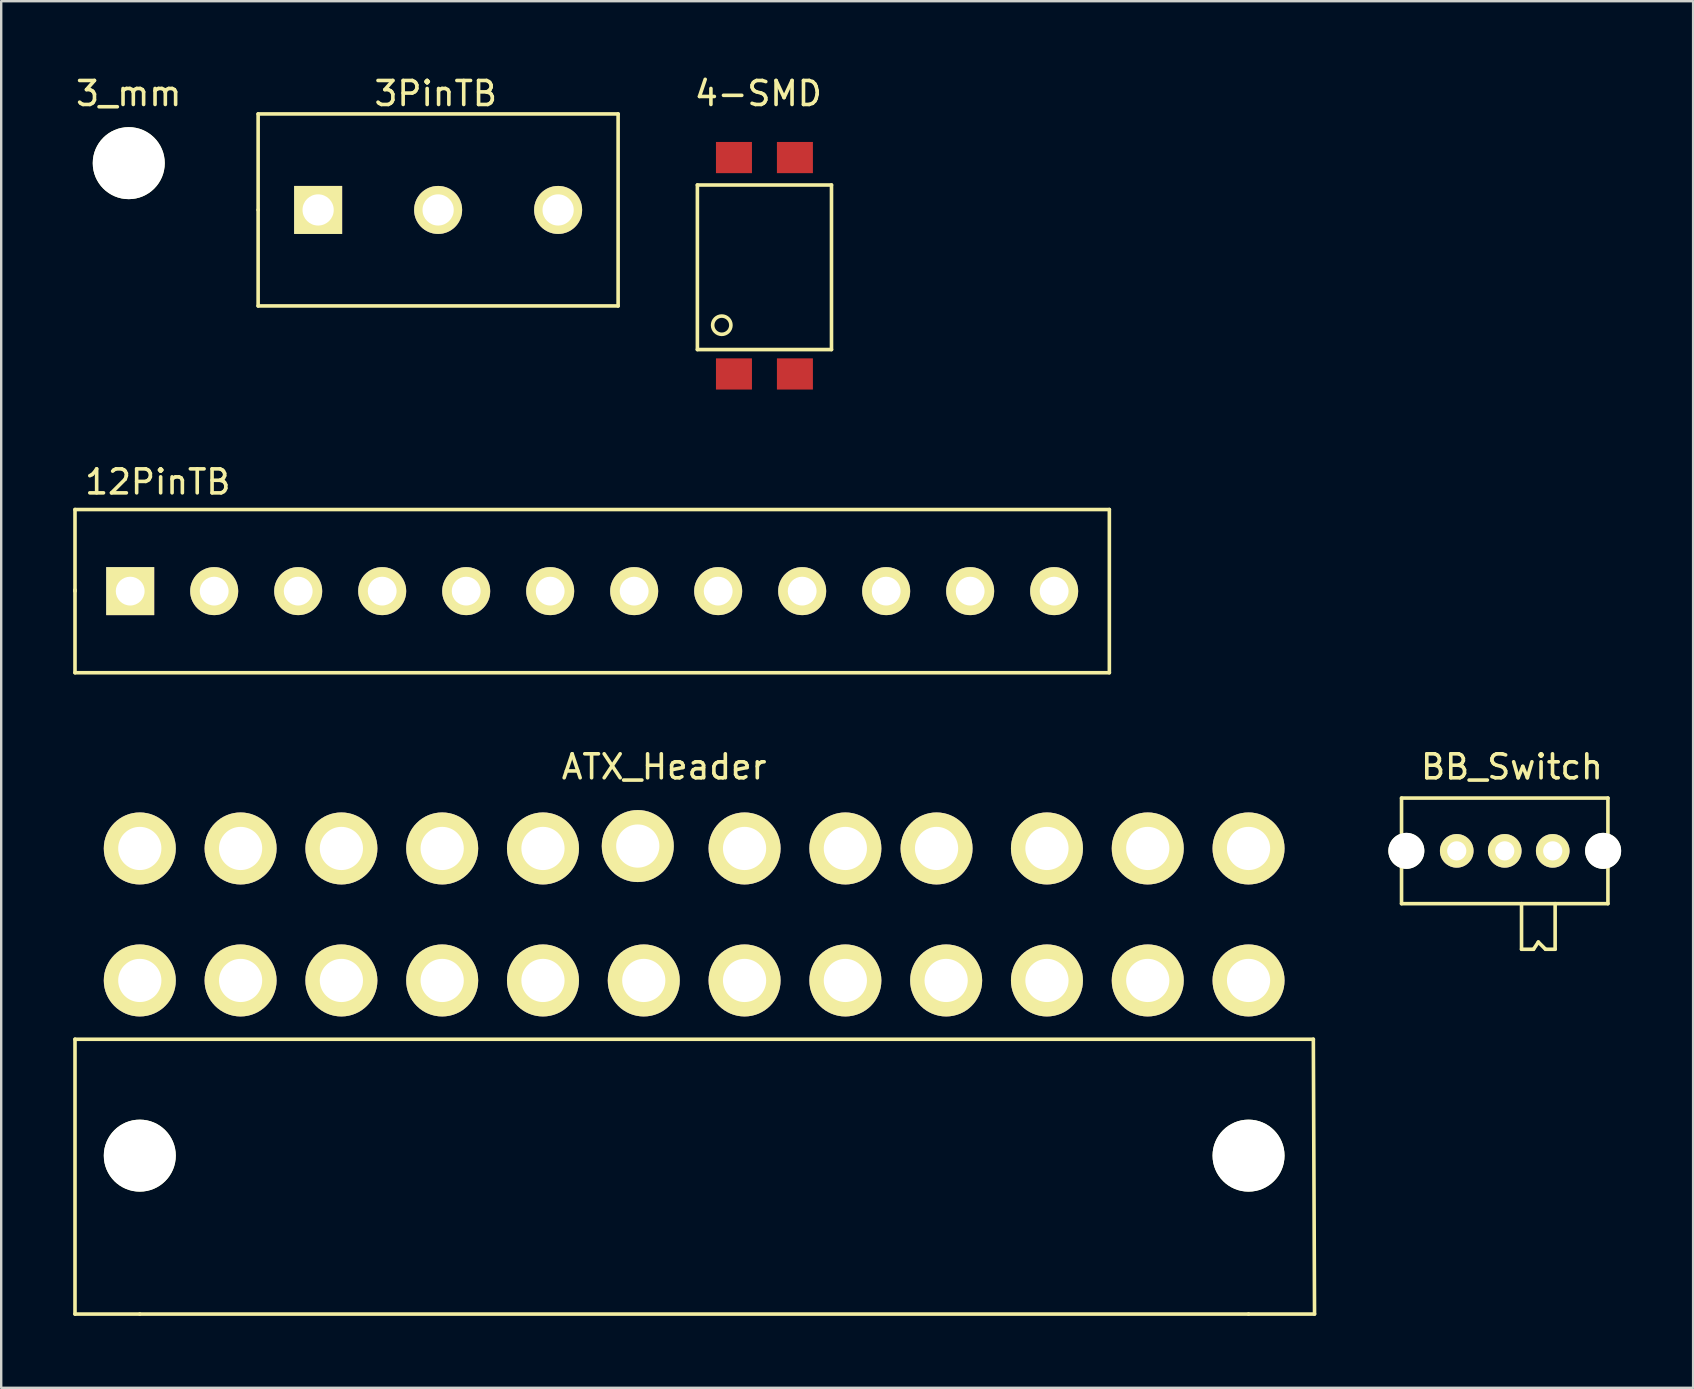
<source format=kicad_pcb>
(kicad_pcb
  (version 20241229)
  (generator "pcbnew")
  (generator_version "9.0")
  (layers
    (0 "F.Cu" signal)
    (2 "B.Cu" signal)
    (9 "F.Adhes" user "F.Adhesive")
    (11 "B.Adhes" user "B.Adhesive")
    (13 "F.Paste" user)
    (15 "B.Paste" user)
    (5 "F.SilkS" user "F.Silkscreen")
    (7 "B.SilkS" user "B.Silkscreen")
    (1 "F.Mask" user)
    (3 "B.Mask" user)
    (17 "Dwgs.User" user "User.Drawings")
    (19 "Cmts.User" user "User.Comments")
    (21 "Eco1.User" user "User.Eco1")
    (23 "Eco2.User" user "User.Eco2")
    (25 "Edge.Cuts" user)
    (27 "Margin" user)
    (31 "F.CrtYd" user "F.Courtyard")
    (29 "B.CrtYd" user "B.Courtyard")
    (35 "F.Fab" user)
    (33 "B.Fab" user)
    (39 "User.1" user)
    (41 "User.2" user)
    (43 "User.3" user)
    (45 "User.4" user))
  (footprint "4-SMD"
    (layer "F.Cu")
    (at 27.533 12.532)
    (property "Reference" "4-SMD" (at 1.016 -11.684 0) (layer "F.SilkS") (effects (font (size 1 1) (thickness 0.15))))
    (attr through_hole)
    (fp_line (start -1.524 -7.874) (end -1.524 -1.016) (stroke (width 0.15) (type solid)) (layer "F.SilkS"))
    (fp_line (start -1.524 -1.016) (end 4.064 -1.016) (stroke (width 0.15) (type solid)) (layer "F.SilkS"))
    (fp_line (start 4.064 -7.874) (end -1.524 -7.874) (stroke (width 0.15) (type solid)) (layer "F.SilkS"))
    (fp_line (start 4.064 -1.016) (end 4.064 -7.874) (stroke (width 0.15) (type solid)) (layer "F.SilkS"))
    (fp_circle (center -0.508 -2.032) (end -0.127 -2.032) (stroke (width 0.15) (type solid)) (fill no) (layer "F.SilkS"))
    (pad "1" smd rect (at 0 0) (size 1.5 1.3) (layers "F.Cu" "F.Mask" "F.Paste"))
    (pad "2" smd rect (at 2.54 0) (size 1.5 1.3) (layers "F.Cu" "F.Mask" "F.Paste"))
    (pad "3" smd rect (at 2.54 -9.017) (size 1.5 1.3) (layers "F.Cu" "F.Mask" "F.Paste"))
    (pad "4" smd rect (at 0 -9.017) (size 1.5 1.3) (layers "F.Cu" "F.Mask" "F.Paste")))
  (footprint "3_mm"
    (layer "F.Cu")
    (at 2.315 3.748)
    (property "Reference" "3_mm" (at 0 -2.9 0) (layer "F.SilkS") (effects (font (size 1 1) (thickness 0.15))))
    (attr through_hole)
    (pad "" np_thru_hole circle (at 0 0) (size 3 3) (drill 3) (layers "*.Cu" "*.Mask" "F.SilkS")))
  (footprint "ATX_Header"
    (layer "F.Cu")
    (at 2.775 45.104)
    (property "Reference" "ATX_Header" (at 21.85 -16.2 0) (layer "F.SilkS") (effects (font (size 1 1) (thickness 0.15))))
    (attr through_hole)
    (fp_line (start -2.7 -4.85) (end 48.9 -4.85) (stroke (width 0.15) (type solid)) (layer "F.SilkS"))
    (fp_line (start -2.7 6.6) (end -2.7 -4.85) (stroke (width 0.15) (type solid)) (layer "F.SilkS"))
    (fp_line (start 0 6.6) (end -2.7 6.6) (stroke (width 0.15) (type solid)) (layer "F.SilkS"))
    (fp_line (start 46.2 6.6) (end 0 6.6) (stroke (width 0.15) (type solid)) (layer "F.SilkS"))
    (fp_line (start 48.9 -4.85) (end 48.95 6.6) (stroke (width 0.15) (type solid)) (layer "F.SilkS"))
    (fp_line (start 48.95 6.6) (end 46.2 6.6) (stroke (width 0.15) (type solid)) (layer "F.SilkS"))
    (pad "" np_thru_hole circle (at 0 0) (size 3 3) (drill 3) (layers "*.Cu" "*.Mask" "F.SilkS"))
    (pad "" np_thru_hole circle (at 46.2 0) (size 3 3) (drill 3) (layers "*.Cu" "*.Mask" "F.SilkS"))
    (pad "1" thru_hole circle (at 46.2 -7.3) (size 3 3) (drill 1.8) (layers "*.Cu" "*.Mask" "F.SilkS"))
    (pad "2" thru_hole circle (at 42 -7.3) (size 3 3) (drill 1.8) (layers "*.Cu" "*.Mask" "F.SilkS"))
    (pad "3" thru_hole circle (at 37.8 -7.3) (size 3 3) (drill 1.8) (layers "*.Cu" "*.Mask" "F.SilkS"))
    (pad "4" thru_hole circle (at 33.6 -7.3) (size 3 3) (drill 1.8) (layers "*.Cu" "*.Mask" "F.SilkS"))
    (pad "5" thru_hole circle (at 29.4 -7.3) (size 3 3) (drill 1.8) (layers "*.Cu" "*.Mask" "F.SilkS"))
    (pad "6" thru_hole circle (at 25.2 -7.3) (size 3 3) (drill 1.8) (layers "*.Cu" "*.Mask" "F.SilkS"))
    (pad "7" thru_hole circle (at 21 -7.3) (size 3 3) (drill 1.8) (layers "*.Cu" "*.Mask" "F.SilkS"))
    (pad "8" thru_hole circle (at 16.8 -7.3) (size 3 3) (drill 1.8) (layers "*.Cu" "*.Mask" "F.SilkS"))
    (pad "9" thru_hole circle (at 12.6 -7.3) (size 3 3) (drill 1.8) (layers "*.Cu" "*.Mask" "F.SilkS"))
    (pad "10" thru_hole circle (at 8.4 -7.3) (size 3 3) (drill 1.8) (layers "*.Cu" "*.Mask" "F.SilkS"))
    (pad "11" thru_hole circle (at 4.2 -7.3) (size 3 3) (drill 1.8) (layers "*.Cu" "*.Mask" "F.SilkS"))
    (pad "12" thru_hole circle (at 0 -7.3) (size 3 3) (drill 1.8) (layers "*.Cu" "*.Mask" "F.SilkS"))
    (pad "13" thru_hole circle (at 46.2 -12.8) (size 3 3) (drill 1.8) (layers "*.Cu" "*.Mask" "F.SilkS"))
    (pad "14" thru_hole circle (at 42 -12.8) (size 3 3) (drill 1.8) (layers "*.Cu" "*.Mask" "F.SilkS"))
    (pad "15" thru_hole circle (at 37.8 -12.8) (size 3 3) (drill 1.8) (layers "*.Cu" "*.Mask" "F.SilkS"))
    (pad "16" thru_hole circle (at 33.2 -12.8) (size 3 3) (drill 1.8) (layers "*.Cu" "*.Mask" "F.SilkS"))
    (pad "17" thru_hole circle (at 29.4 -12.8) (size 3 3) (drill 1.8) (layers "*.Cu" "*.Mask" "F.SilkS"))
    (pad "18" thru_hole circle (at 25.2 -12.8) (size 3 3) (drill 1.8) (layers "*.Cu" "*.Mask" "F.SilkS"))
    (pad "19" thru_hole circle (at 20.75 -12.9) (size 3 3) (drill 1.8) (layers "*.Cu" "*.Mask" "F.SilkS"))
    (pad "20" thru_hole circle (at 16.8 -12.8) (size 3 3) (drill 1.8) (layers "*.Cu" "*.Mask" "F.SilkS"))
    (pad "21" thru_hole circle (at 12.6 -12.8) (size 3 3) (drill 1.8) (layers "*.Cu" "*.Mask" "F.SilkS"))
    (pad "22" thru_hole circle (at 8.4 -12.8) (size 3 3) (drill 1.8) (layers "*.Cu" "*.Mask" "F.SilkS"))
    (pad "23" thru_hole circle (at 4.2 -12.8) (size 3 3) (drill 1.8) (layers "*.Cu" "*.Mask" "F.SilkS"))
    (pad "24" thru_hole circle (at 0 -12.8) (size 3 3) (drill 1.8) (layers "*.Cu" "*.Mask" "F.SilkS")))
  (footprint "3PinTB"
    (layer "F.Cu")
    (at 10.206 5.698)
    (property "Reference" "3PinTB" (at 4.9 -4.85 0) (layer "F.SilkS") (effects (font (size 1 1) (thickness 0.15))))
    (attr through_hole)
    (fp_line (start -2.5 -4) (end 12.5 -4) (stroke (width 0.15) (type solid)) (layer "F.SilkS"))
    (fp_line (start -2.5 0) (end -2.5 -4) (stroke (width 0.15) (type solid)) (layer "F.SilkS"))
    (fp_line (start -2.5 4) (end -2.5 0) (stroke (width 0.15) (type solid)) (layer "F.SilkS"))
    (fp_line (start 12.5 -4) (end 12.5 4) (stroke (width 0.15) (type solid)) (layer "F.SilkS"))
    (fp_line (start 12.5 4) (end -2.5 4) (stroke (width 0.15) (type solid)) (layer "F.SilkS"))
    (pad "1" thru_hole rect (at 0 0) (size 2 2) (drill 1.3) (layers "*.Cu" "*.Mask" "F.SilkS"))
    (pad "2" thru_hole circle (at 5 0) (size 2 2) (drill 1.3) (layers "*.Cu" "*.Mask" "F.SilkS"))
    (pad "3" thru_hole circle (at 10 0) (size 2 2) (drill 1.3) (layers "*.Cu" "*.Mask" "F.SilkS")))
  (footprint "BB_Switch"
    (layer "F.Cu")
    (at 55.55 32.404)
    (property "Reference" "BB_Switch" (at 4.4 -3.5 0) (layer "F.SilkS") (effects (font (size 1 1) (thickness 0.15))))
    (attr through_hole)
    (fp_line (start -0.2 -2.2) (end 8.4 -2.2) (stroke (width 0.15) (type solid)) (layer "F.SilkS"))
    (fp_line (start -0.2 2.2) (end -0.2 -2.2) (stroke (width 0.15) (type solid)) (layer "F.SilkS"))
    (fp_line (start 4.8 2.2) (end 4.8 4.1) (stroke (width 0.15) (type solid)) (layer "F.SilkS"))
    (fp_line (start 4.8 4.1) (end 5.3 4.1) (stroke (width 0.15) (type solid)) (layer "F.SilkS"))
    (fp_line (start 5.3 4.1) (end 5.5 3.8) (stroke (width 0.15) (type solid)) (layer "F.SilkS"))
    (fp_line (start 5.5 3.8) (end 5.8 4.1) (stroke (width 0.15) (type solid)) (layer "F.SilkS"))
    (fp_line (start 5.8 4.1) (end 6.2 4.1) (stroke (width 0.15) (type solid)) (layer "F.SilkS"))
    (fp_line (start 6.2 4.1) (end 6.2 2.2) (stroke (width 0.15) (type solid)) (layer "F.SilkS"))
    (fp_line (start 8.4 -2.2) (end 8.4 2.2) (stroke (width 0.15) (type solid)) (layer "F.SilkS"))
    (fp_line (start 8.4 2.2) (end -0.2 2.2) (stroke (width 0.15) (type solid)) (layer "F.SilkS"))
    (pad "" np_thru_hole circle (at 0 0) (size 1.5 1.5) (drill 1.5) (layers "*.Cu" "*.Mask" "F.SilkS"))
    (pad "" np_thru_hole circle (at 8.2 0) (size 1.5 1.5) (drill 1.5) (layers "*.Cu" "*.Mask" "F.SilkS"))
    (pad "1" thru_hole circle (at 2.1 0) (size 1.4 1.4) (drill 0.8) (layers "*.Cu" "*.Mask" "F.SilkS"))
    (pad "2" thru_hole circle (at 4.1 0) (size 1.4 1.4) (drill 0.8) (layers "*.Cu" "*.Mask" "F.SilkS"))
    (pad "3" thru_hole circle (at 6.1 0) (size 1.4 1.4) (drill 0.8) (layers "*.Cu" "*.Mask" "F.SilkS")))
  (footprint "12PinTB"
    (layer "F.Cu")
    (at 2.375 21.581)
    (property "Reference" "12PinTB" (at 1.15 -4.55 0) (layer "F.SilkS") (effects (font (size 1 1) (thickness 0.15))))
    (attr through_hole)
    (fp_line (start -2.3 -3.4) (end 40.8 -3.4) (stroke (width 0.15) (type solid)) (layer "F.SilkS"))
    (fp_line (start -2.3 0) (end -2.3 -3.4) (stroke (width 0.15) (type solid)) (layer "F.SilkS"))
    (fp_line (start -2.3 3.4) (end -2.3 -0.05) (stroke (width 0.15) (type solid)) (layer "F.SilkS"))
    (fp_line (start 40.8 -3.4) (end 40.8 3.4) (stroke (width 0.15) (type solid)) (layer "F.SilkS"))
    (fp_line (start 40.8 3.4) (end -2.3 3.4) (stroke (width 0.15) (type solid)) (layer "F.SilkS"))
    (pad "1" thru_hole rect (at 0 0) (size 2 2) (drill 1.2) (layers "*.Cu" "*.Mask" "F.SilkS"))
    (pad "2" thru_hole circle (at 3.5 0) (size 2 2) (drill 1.2) (layers "*.Cu" "*.Mask" "F.SilkS"))
    (pad "3" thru_hole circle (at 7 0) (size 2 2) (drill 1.2) (layers "*.Cu" "*.Mask" "F.SilkS"))
    (pad "4" thru_hole circle (at 10.5 0) (size 2 2) (drill 1.2) (layers "*.Cu" "*.Mask" "F.SilkS"))
    (pad "5" thru_hole circle (at 14 0) (size 2 2) (drill 1.2) (layers "*.Cu" "*.Mask" "F.SilkS"))
    (pad "6" thru_hole circle (at 17.5 0) (size 2 2) (drill 1.2) (layers "*.Cu" "*.Mask" "F.SilkS"))
    (pad "7" thru_hole circle (at 21 0) (size 2 2) (drill 1.2) (layers "*.Cu" "*.Mask" "F.SilkS"))
    (pad "8" thru_hole circle (at 24.5 0) (size 2 2) (drill 1.2) (layers "*.Cu" "*.Mask" "F.SilkS"))
    (pad "9" thru_hole circle (at 28 0) (size 2 2) (drill 1.2) (layers "*.Cu" "*.Mask" "F.SilkS"))
    (pad "10" thru_hole circle (at 31.5 0) (size 2 2) (drill 1.2) (layers "*.Cu" "*.Mask" "F.SilkS"))
    (pad "11" thru_hole circle (at 35 0) (size 2 2) (drill 1.2) (layers "*.Cu" "*.Mask" "F.SilkS"))
    (pad "12" thru_hole circle (at 38.5 0) (size 2 2) (drill 1.2) (layers "*.Cu" "*.Mask" "F.SilkS")))
  (gr_rect
    (start -3 -3)
    (end 67.5 54.779)
    (stroke (width 0.1) (type default))
    (fill no)
    (layer "Edge.Cuts")))
</source>
